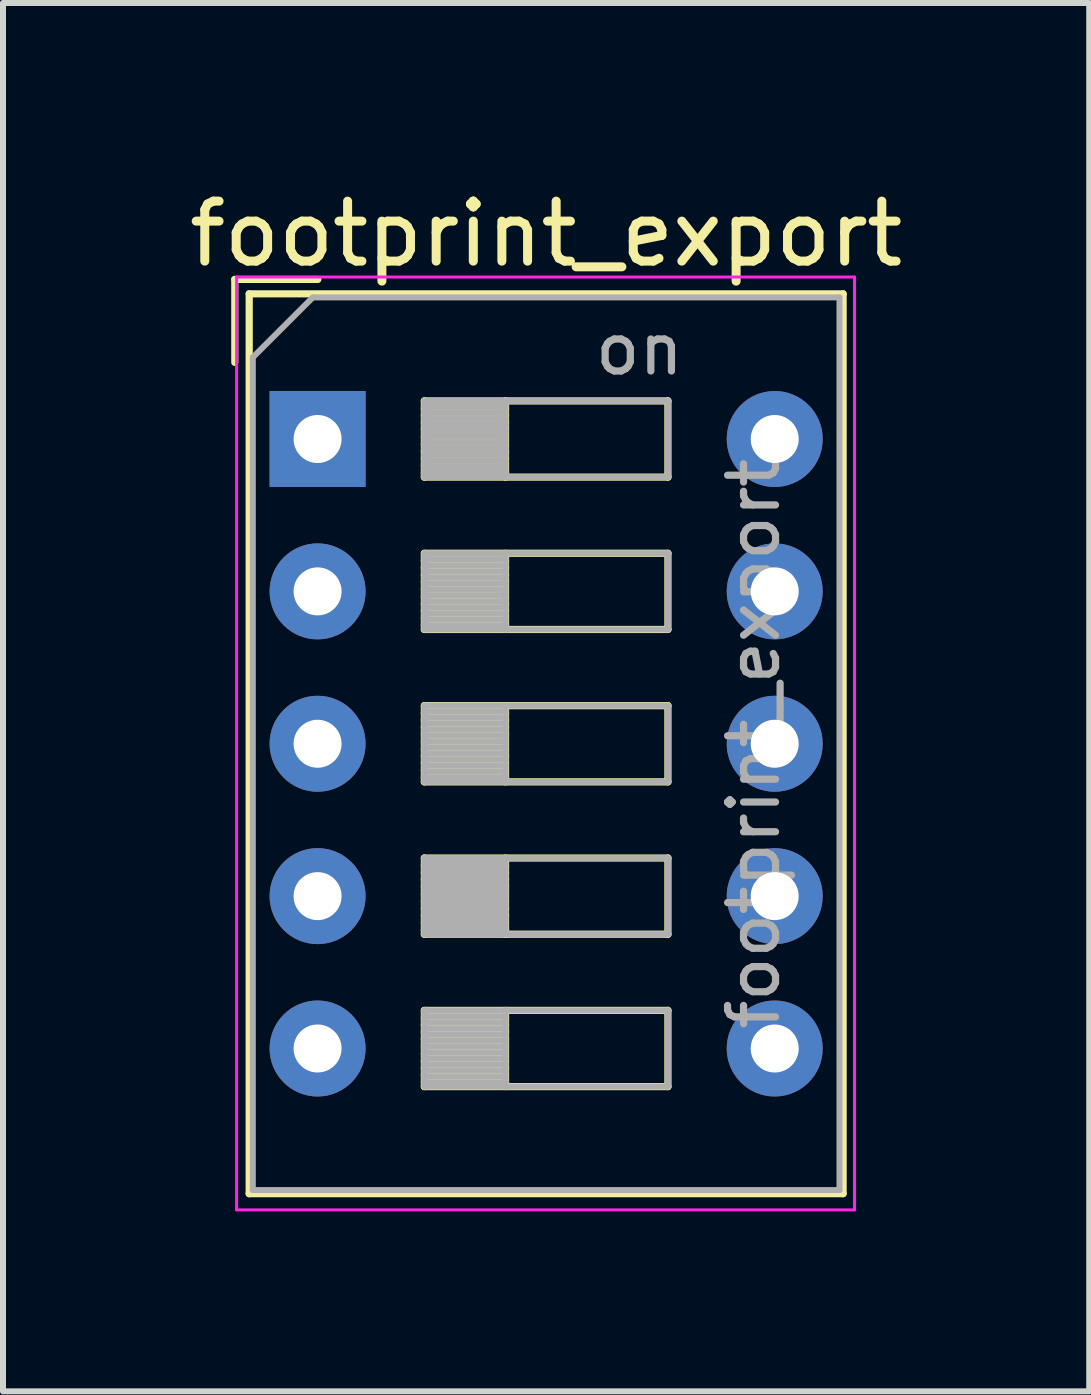
<source format=kicad_pcb>
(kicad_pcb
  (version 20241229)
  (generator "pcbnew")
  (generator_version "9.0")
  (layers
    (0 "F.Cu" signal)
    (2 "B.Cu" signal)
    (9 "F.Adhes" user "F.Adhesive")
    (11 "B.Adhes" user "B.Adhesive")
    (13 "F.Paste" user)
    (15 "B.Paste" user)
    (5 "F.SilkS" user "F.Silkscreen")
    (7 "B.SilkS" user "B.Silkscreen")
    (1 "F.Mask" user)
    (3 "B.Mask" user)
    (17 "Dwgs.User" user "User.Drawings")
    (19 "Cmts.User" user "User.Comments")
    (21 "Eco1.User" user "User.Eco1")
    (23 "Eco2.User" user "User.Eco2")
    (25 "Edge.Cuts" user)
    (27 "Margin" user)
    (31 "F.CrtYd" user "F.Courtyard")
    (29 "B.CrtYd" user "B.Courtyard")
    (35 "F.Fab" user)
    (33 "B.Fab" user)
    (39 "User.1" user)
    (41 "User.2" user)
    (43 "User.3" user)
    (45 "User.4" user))
  (footprint "footprint_export"
    (layer "F.Cu")
    (at 2.244 4.268)
    (property "Reference" "footprint_export" (at 3.81 -3.42 0) (layer "F.SilkS") (effects (font (size 1 1) (thickness 0.15))))
    (attr through_hole)
    (fp_line (start -1.38 -2.66) (end -1.38 -1.277) (stroke (width 0.12) (type solid)) (layer "F.SilkS"))
    (fp_line (start -1.38 -2.66) (end 0.004 -2.66) (stroke (width 0.12) (type solid)) (layer "F.SilkS"))
    (fp_line (start -1.14 -2.42) (end -1.14 12.58) (stroke (width 0.12) (type solid)) (layer "F.SilkS"))
    (fp_line (start -1.14 -2.42) (end 8.76 -2.42) (stroke (width 0.12) (type solid)) (layer "F.SilkS"))
    (fp_line (start -1.14 12.58) (end 8.76 12.58) (stroke (width 0.12) (type solid)) (layer "F.SilkS"))
    (fp_line (start 1.78 -0.635) (end 1.78 0.635) (stroke (width 0.12) (type solid)) (layer "F.SilkS"))
    (fp_line (start 1.78 -0.515) (end 3.133 -0.515) (stroke (width 0.12) (type solid)) (layer "F.SilkS"))
    (fp_line (start 1.78 -0.395) (end 3.133 -0.395) (stroke (width 0.12) (type solid)) (layer "F.SilkS"))
    (fp_line (start 1.78 -0.275) (end 3.133 -0.275) (stroke (width 0.12) (type solid)) (layer "F.SilkS"))
    (fp_line (start 1.78 -0.155) (end 3.133 -0.155) (stroke (width 0.12) (type solid)) (layer "F.SilkS"))
    (fp_line (start 1.78 -0.035) (end 3.133 -0.035) (stroke (width 0.12) (type solid)) (layer "F.SilkS"))
    (fp_line (start 1.78 0.085) (end 3.133 0.085) (stroke (width 0.12) (type solid)) (layer "F.SilkS"))
    (fp_line (start 1.78 0.205) (end 3.133 0.205) (stroke (width 0.12) (type solid)) (layer "F.SilkS"))
    (fp_line (start 1.78 0.325) (end 3.133 0.325) (stroke (width 0.12) (type solid)) (layer "F.SilkS"))
    (fp_line (start 1.78 0.445) (end 3.133 0.445) (stroke (width 0.12) (type solid)) (layer "F.SilkS"))
    (fp_line (start 1.78 0.565) (end 3.133 0.565) (stroke (width 0.12) (type solid)) (layer "F.SilkS"))
    (fp_line (start 1.78 0.635) (end 5.84 0.635) (stroke (width 0.12) (type solid)) (layer "F.SilkS"))
    (fp_line (start 1.78 1.905) (end 1.78 3.175) (stroke (width 0.12) (type solid)) (layer "F.SilkS"))
    (fp_line (start 1.78 2.025) (end 3.133 2.025) (stroke (width 0.12) (type solid)) (layer "F.SilkS"))
    (fp_line (start 1.78 2.145) (end 3.133 2.145) (stroke (width 0.12) (type solid)) (layer "F.SilkS"))
    (fp_line (start 1.78 2.265) (end 3.133 2.265) (stroke (width 0.12) (type solid)) (layer "F.SilkS"))
    (fp_line (start 1.78 2.385) (end 3.133 2.385) (stroke (width 0.12) (type solid)) (layer "F.SilkS"))
    (fp_line (start 1.78 2.505) (end 3.133 2.505) (stroke (width 0.12) (type solid)) (layer "F.SilkS"))
    (fp_line (start 1.78 2.625) (end 3.133 2.625) (stroke (width 0.12) (type solid)) (layer "F.SilkS"))
    (fp_line (start 1.78 2.745) (end 3.133 2.745) (stroke (width 0.12) (type solid)) (layer "F.SilkS"))
    (fp_line (start 1.78 2.865) (end 3.133 2.865) (stroke (width 0.12) (type solid)) (layer "F.SilkS"))
    (fp_line (start 1.78 2.985) (end 3.133 2.985) (stroke (width 0.12) (type solid)) (layer "F.SilkS"))
    (fp_line (start 1.78 3.105) (end 3.133 3.105) (stroke (width 0.12) (type solid)) (layer "F.SilkS"))
    (fp_line (start 1.78 3.175) (end 5.84 3.175) (stroke (width 0.12) (type solid)) (layer "F.SilkS"))
    (fp_line (start 1.78 4.445) (end 1.78 5.715) (stroke (width 0.12) (type solid)) (layer "F.SilkS"))
    (fp_line (start 1.78 4.565) (end 3.133 4.565) (stroke (width 0.12) (type solid)) (layer "F.SilkS"))
    (fp_line (start 1.78 4.685) (end 3.133 4.685) (stroke (width 0.12) (type solid)) (layer "F.SilkS"))
    (fp_line (start 1.78 4.805) (end 3.133 4.805) (stroke (width 0.12) (type solid)) (layer "F.SilkS"))
    (fp_line (start 1.78 4.925) (end 3.133 4.925) (stroke (width 0.12) (type solid)) (layer "F.SilkS"))
    (fp_line (start 1.78 5.045) (end 3.133 5.045) (stroke (width 0.12) (type solid)) (layer "F.SilkS"))
    (fp_line (start 1.78 5.165) (end 3.133 5.165) (stroke (width 0.12) (type solid)) (layer "F.SilkS"))
    (fp_line (start 1.78 5.285) (end 3.133 5.285) (stroke (width 0.12) (type solid)) (layer "F.SilkS"))
    (fp_line (start 1.78 5.405) (end 3.133 5.405) (stroke (width 0.12) (type solid)) (layer "F.SilkS"))
    (fp_line (start 1.78 5.525) (end 3.133 5.525) (stroke (width 0.12) (type solid)) (layer "F.SilkS"))
    (fp_line (start 1.78 5.645) (end 3.133 5.645) (stroke (width 0.12) (type solid)) (layer "F.SilkS"))
    (fp_line (start 1.78 5.715) (end 5.84 5.715) (stroke (width 0.12) (type solid)) (layer "F.SilkS"))
    (fp_line (start 1.78 6.985) (end 1.78 8.255) (stroke (width 0.12) (type solid)) (layer "F.SilkS"))
    (fp_line (start 1.78 7.105) (end 3.133 7.105) (stroke (width 0.12) (type solid)) (layer "F.SilkS"))
    (fp_line (start 1.78 7.225) (end 3.133 7.225) (stroke (width 0.12) (type solid)) (layer "F.SilkS"))
    (fp_line (start 1.78 7.345) (end 3.133 7.345) (stroke (width 0.12) (type solid)) (layer "F.SilkS"))
    (fp_line (start 1.78 7.465) (end 3.133 7.465) (stroke (width 0.12) (type solid)) (layer "F.SilkS"))
    (fp_line (start 1.78 7.585) (end 3.133 7.585) (stroke (width 0.12) (type solid)) (layer "F.SilkS"))
    (fp_line (start 1.78 7.705) (end 3.133 7.705) (stroke (width 0.12) (type solid)) (layer "F.SilkS"))
    (fp_line (start 1.78 7.825) (end 3.133 7.825) (stroke (width 0.12) (type solid)) (layer "F.SilkS"))
    (fp_line (start 1.78 7.945) (end 3.133 7.945) (stroke (width 0.12) (type solid)) (layer "F.SilkS"))
    (fp_line (start 1.78 8.065) (end 3.133 8.065) (stroke (width 0.12) (type solid)) (layer "F.SilkS"))
    (fp_line (start 1.78 8.185) (end 3.133 8.185) (stroke (width 0.12) (type solid)) (layer "F.SilkS"))
    (fp_line (start 1.78 8.255) (end 5.84 8.255) (stroke (width 0.12) (type solid)) (layer "F.SilkS"))
    (fp_line (start 1.78 9.525) (end 1.78 10.795) (stroke (width 0.12) (type solid)) (layer "F.SilkS"))
    (fp_line (start 1.78 9.645) (end 3.133 9.645) (stroke (width 0.12) (type solid)) (layer "F.SilkS"))
    (fp_line (start 1.78 9.765) (end 3.133 9.765) (stroke (width 0.12) (type solid)) (layer "F.SilkS"))
    (fp_line (start 1.78 9.885) (end 3.133 9.885) (stroke (width 0.12) (type solid)) (layer "F.SilkS"))
    (fp_line (start 1.78 10.005) (end 3.133 10.005) (stroke (width 0.12) (type solid)) (layer "F.SilkS"))
    (fp_line (start 1.78 10.125) (end 3.133 10.125) (stroke (width 0.12) (type solid)) (layer "F.SilkS"))
    (fp_line (start 1.78 10.245) (end 3.133 10.245) (stroke (width 0.12) (type solid)) (layer "F.SilkS"))
    (fp_line (start 1.78 10.365) (end 3.133 10.365) (stroke (width 0.12) (type solid)) (layer "F.SilkS"))
    (fp_line (start 1.78 10.485) (end 3.133 10.485) (stroke (width 0.12) (type solid)) (layer "F.SilkS"))
    (fp_line (start 1.78 10.605) (end 3.133 10.605) (stroke (width 0.12) (type solid)) (layer "F.SilkS"))
    (fp_line (start 1.78 10.725) (end 3.133 10.725) (stroke (width 0.12) (type solid)) (layer "F.SilkS"))
    (fp_line (start 1.78 10.795) (end 5.84 10.795) (stroke (width 0.12) (type solid)) (layer "F.SilkS"))
    (fp_line (start 3.133 -0.635) (end 3.133 0.635) (stroke (width 0.12) (type solid)) (layer "F.SilkS"))
    (fp_line (start 3.133 1.905) (end 3.133 3.175) (stroke (width 0.12) (type solid)) (layer "F.SilkS"))
    (fp_line (start 3.133 4.445) (end 3.133 5.715) (stroke (width 0.12) (type solid)) (layer "F.SilkS"))
    (fp_line (start 3.133 6.985) (end 3.133 8.255) (stroke (width 0.12) (type solid)) (layer "F.SilkS"))
    (fp_line (start 3.133 9.525) (end 3.133 10.795) (stroke (width 0.12) (type solid)) (layer "F.SilkS"))
    (fp_line (start 5.84 -0.635) (end 1.78 -0.635) (stroke (width 0.12) (type solid)) (layer "F.SilkS"))
    (fp_line (start 5.84 0.635) (end 5.84 -0.635) (stroke (width 0.12) (type solid)) (layer "F.SilkS"))
    (fp_line (start 5.84 1.905) (end 1.78 1.905) (stroke (width 0.12) (type solid)) (layer "F.SilkS"))
    (fp_line (start 5.84 3.175) (end 5.84 1.905) (stroke (width 0.12) (type solid)) (layer "F.SilkS"))
    (fp_line (start 5.84 4.445) (end 1.78 4.445) (stroke (width 0.12) (type solid)) (layer "F.SilkS"))
    (fp_line (start 5.84 5.715) (end 5.84 4.445) (stroke (width 0.12) (type solid)) (layer "F.SilkS"))
    (fp_line (start 5.84 6.985) (end 1.78 6.985) (stroke (width 0.12) (type solid)) (layer "F.SilkS"))
    (fp_line (start 5.84 8.255) (end 5.84 6.985) (stroke (width 0.12) (type solid)) (layer "F.SilkS"))
    (fp_line (start 5.84 9.525) (end 1.78 9.525) (stroke (width 0.12) (type solid)) (layer "F.SilkS"))
    (fp_line (start 5.84 10.795) (end 5.84 9.525) (stroke (width 0.12) (type solid)) (layer "F.SilkS"))
    (fp_line (start 8.76 -2.42) (end 8.76 12.58) (stroke (width 0.12) (type solid)) (layer "F.SilkS"))
    (fp_line (start -1.35 -2.7) (end -1.35 12.85) (stroke (width 0.05) (type solid)) (layer "F.CrtYd"))
    (fp_line (start -1.35 12.85) (end 8.95 12.85) (stroke (width 0.05) (type solid)) (layer "F.CrtYd"))
    (fp_line (start 8.95 -2.7) (end -1.35 -2.7) (stroke (width 0.05) (type solid)) (layer "F.CrtYd"))
    (fp_line (start 8.95 12.85) (end 8.95 -2.7) (stroke (width 0.05) (type solid)) (layer "F.CrtYd"))
    (fp_line (start -1.08 -1.36) (end -0.08 -2.36) (stroke (width 0.1) (type solid)) (layer "F.Fab"))
    (fp_line (start -1.08 12.52) (end -1.08 -1.36) (stroke (width 0.1) (type solid)) (layer "F.Fab"))
    (fp_line (start -0.08 -2.36) (end 8.7 -2.36) (stroke (width 0.1) (type solid)) (layer "F.Fab"))
    (fp_line (start 1.78 -0.635) (end 1.78 0.635) (stroke (width 0.1) (type solid)) (layer "F.Fab"))
    (fp_line (start 1.78 -0.535) (end 3.133 -0.535) (stroke (width 0.1) (type solid)) (layer "F.Fab"))
    (fp_line (start 1.78 -0.435) (end 3.133 -0.435) (stroke (width 0.1) (type solid)) (layer "F.Fab"))
    (fp_line (start 1.78 -0.335) (end 3.133 -0.335) (stroke (width 0.1) (type solid)) (layer "F.Fab"))
    (fp_line (start 1.78 -0.235) (end 3.133 -0.235) (stroke (width 0.1) (type solid)) (layer "F.Fab"))
    (fp_line (start 1.78 -0.135) (end 3.133 -0.135) (stroke (width 0.1) (type solid)) (layer "F.Fab"))
    (fp_line (start 1.78 -0.035) (end 3.133 -0.035) (stroke (width 0.1) (type solid)) (layer "F.Fab"))
    (fp_line (start 1.78 0.065) (end 3.133 0.065) (stroke (width 0.1) (type solid)) (layer "F.Fab"))
    (fp_line (start 1.78 0.165) (end 3.133 0.165) (stroke (width 0.1) (type solid)) (layer "F.Fab"))
    (fp_line (start 1.78 0.265) (end 3.133 0.265) (stroke (width 0.1) (type solid)) (layer "F.Fab"))
    (fp_line (start 1.78 0.365) (end 3.133 0.365) (stroke (width 0.1) (type solid)) (layer "F.Fab"))
    (fp_line (start 1.78 0.465) (end 3.133 0.465) (stroke (width 0.1) (type solid)) (layer "F.Fab"))
    (fp_line (start 1.78 0.565) (end 3.133 0.565) (stroke (width 0.1) (type solid)) (layer "F.Fab"))
    (fp_line (start 1.78 0.635) (end 5.84 0.635) (stroke (width 0.1) (type solid)) (layer "F.Fab"))
    (fp_line (start 1.78 1.905) (end 1.78 3.175) (stroke (width 0.1) (type solid)) (layer "F.Fab"))
    (fp_line (start 1.78 2.005) (end 3.133 2.005) (stroke (width 0.1) (type solid)) (layer "F.Fab"))
    (fp_line (start 1.78 2.105) (end 3.133 2.105) (stroke (width 0.1) (type solid)) (layer "F.Fab"))
    (fp_line (start 1.78 2.205) (end 3.133 2.205) (stroke (width 0.1) (type solid)) (layer "F.Fab"))
    (fp_line (start 1.78 2.305) (end 3.133 2.305) (stroke (width 0.1) (type solid)) (layer "F.Fab"))
    (fp_line (start 1.78 2.405) (end 3.133 2.405) (stroke (width 0.1) (type solid)) (layer "F.Fab"))
    (fp_line (start 1.78 2.505) (end 3.133 2.505) (stroke (width 0.1) (type solid)) (layer "F.Fab"))
    (fp_line (start 1.78 2.605) (end 3.133 2.605) (stroke (width 0.1) (type solid)) (layer "F.Fab"))
    (fp_line (start 1.78 2.705) (end 3.133 2.705) (stroke (width 0.1) (type solid)) (layer "F.Fab"))
    (fp_line (start 1.78 2.805) (end 3.133 2.805) (stroke (width 0.1) (type solid)) (layer "F.Fab"))
    (fp_line (start 1.78 2.905) (end 3.133 2.905) (stroke (width 0.1) (type solid)) (layer "F.Fab"))
    (fp_line (start 1.78 3.005) (end 3.133 3.005) (stroke (width 0.1) (type solid)) (layer "F.Fab"))
    (fp_line (start 1.78 3.105) (end 3.133 3.105) (stroke (width 0.1) (type solid)) (layer "F.Fab"))
    (fp_line (start 1.78 3.175) (end 5.84 3.175) (stroke (width 0.1) (type solid)) (layer "F.Fab"))
    (fp_line (start 1.78 4.445) (end 1.78 5.715) (stroke (width 0.1) (type solid)) (layer "F.Fab"))
    (fp_line (start 1.78 4.545) (end 3.133 4.545) (stroke (width 0.1) (type solid)) (layer "F.Fab"))
    (fp_line (start 1.78 4.645) (end 3.133 4.645) (stroke (width 0.1) (type solid)) (layer "F.Fab"))
    (fp_line (start 1.78 4.745) (end 3.133 4.745) (stroke (width 0.1) (type solid)) (layer "F.Fab"))
    (fp_line (start 1.78 4.845) (end 3.133 4.845) (stroke (width 0.1) (type solid)) (layer "F.Fab"))
    (fp_line (start 1.78 4.945) (end 3.133 4.945) (stroke (width 0.1) (type solid)) (layer "F.Fab"))
    (fp_line (start 1.78 5.045) (end 3.133 5.045) (stroke (width 0.1) (type solid)) (layer "F.Fab"))
    (fp_line (start 1.78 5.145) (end 3.133 5.145) (stroke (width 0.1) (type solid)) (layer "F.Fab"))
    (fp_line (start 1.78 5.245) (end 3.133 5.245) (stroke (width 0.1) (type solid)) (layer "F.Fab"))
    (fp_line (start 1.78 5.345) (end 3.133 5.345) (stroke (width 0.1) (type solid)) (layer "F.Fab"))
    (fp_line (start 1.78 5.445) (end 3.133 5.445) (stroke (width 0.1) (type solid)) (layer "F.Fab"))
    (fp_line (start 1.78 5.545) (end 3.133 5.545) (stroke (width 0.1) (type solid)) (layer "F.Fab"))
    (fp_line (start 1.78 5.645) (end 3.133 5.645) (stroke (width 0.1) (type solid)) (layer "F.Fab"))
    (fp_line (start 1.78 5.715) (end 5.84 5.715) (stroke (width 0.1) (type solid)) (layer "F.Fab"))
    (fp_line (start 1.78 6.985) (end 1.78 8.255) (stroke (width 0.1) (type solid)) (layer "F.Fab"))
    (fp_line (start 1.78 7.085) (end 3.133 7.085) (stroke (width 0.1) (type solid)) (layer "F.Fab"))
    (fp_line (start 1.78 7.185) (end 3.133 7.185) (stroke (width 0.1) (type solid)) (layer "F.Fab"))
    (fp_line (start 1.78 7.285) (end 3.133 7.285) (stroke (width 0.1) (type solid)) (layer "F.Fab"))
    (fp_line (start 1.78 7.385) (end 3.133 7.385) (stroke (width 0.1) (type solid)) (layer "F.Fab"))
    (fp_line (start 1.78 7.485) (end 3.133 7.485) (stroke (width 0.1) (type solid)) (layer "F.Fab"))
    (fp_line (start 1.78 7.585) (end 3.133 7.585) (stroke (width 0.1) (type solid)) (layer "F.Fab"))
    (fp_line (start 1.78 7.685) (end 3.133 7.685) (stroke (width 0.1) (type solid)) (layer "F.Fab"))
    (fp_line (start 1.78 7.785) (end 3.133 7.785) (stroke (width 0.1) (type solid)) (layer "F.Fab"))
    (fp_line (start 1.78 7.885) (end 3.133 7.885) (stroke (width 0.1) (type solid)) (layer "F.Fab"))
    (fp_line (start 1.78 7.985) (end 3.133 7.985) (stroke (width 0.1) (type solid)) (layer "F.Fab"))
    (fp_line (start 1.78 8.085) (end 3.133 8.085) (stroke (width 0.1) (type solid)) (layer "F.Fab"))
    (fp_line (start 1.78 8.185) (end 3.133 8.185) (stroke (width 0.1) (type solid)) (layer "F.Fab"))
    (fp_line (start 1.78 8.255) (end 5.84 8.255) (stroke (width 0.1) (type solid)) (layer "F.Fab"))
    (fp_line (start 1.78 9.525) (end 1.78 10.795) (stroke (width 0.1) (type solid)) (layer "F.Fab"))
    (fp_line (start 1.78 9.625) (end 3.133 9.625) (stroke (width 0.1) (type solid)) (layer "F.Fab"))
    (fp_line (start 1.78 9.725) (end 3.133 9.725) (stroke (width 0.1) (type solid)) (layer "F.Fab"))
    (fp_line (start 1.78 9.825) (end 3.133 9.825) (stroke (width 0.1) (type solid)) (layer "F.Fab"))
    (fp_line (start 1.78 9.925) (end 3.133 9.925) (stroke (width 0.1) (type solid)) (layer "F.Fab"))
    (fp_line (start 1.78 10.025) (end 3.133 10.025) (stroke (width 0.1) (type solid)) (layer "F.Fab"))
    (fp_line (start 1.78 10.125) (end 3.133 10.125) (stroke (width 0.1) (type solid)) (layer "F.Fab"))
    (fp_line (start 1.78 10.225) (end 3.133 10.225) (stroke (width 0.1) (type solid)) (layer "F.Fab"))
    (fp_line (start 1.78 10.325) (end 3.133 10.325) (stroke (width 0.1) (type solid)) (layer "F.Fab"))
    (fp_line (start 1.78 10.425) (end 3.133 10.425) (stroke (width 0.1) (type solid)) (layer "F.Fab"))
    (fp_line (start 1.78 10.525) (end 3.133 10.525) (stroke (width 0.1) (type solid)) (layer "F.Fab"))
    (fp_line (start 1.78 10.625) (end 3.133 10.625) (stroke (width 0.1) (type solid)) (layer "F.Fab"))
    (fp_line (start 1.78 10.725) (end 3.133 10.725) (stroke (width 0.1) (type solid)) (layer "F.Fab"))
    (fp_line (start 1.78 10.795) (end 5.84 10.795) (stroke (width 0.1) (type solid)) (layer "F.Fab"))
    (fp_line (start 3.133 -0.635) (end 3.133 0.635) (stroke (width 0.1) (type solid)) (layer "F.Fab"))
    (fp_line (start 3.133 1.905) (end 3.133 3.175) (stroke (width 0.1) (type solid)) (layer "F.Fab"))
    (fp_line (start 3.133 4.445) (end 3.133 5.715) (stroke (width 0.1) (type solid)) (layer "F.Fab"))
    (fp_line (start 3.133 6.985) (end 3.133 8.255) (stroke (width 0.1) (type solid)) (layer "F.Fab"))
    (fp_line (start 3.133 9.525) (end 3.133 10.795) (stroke (width 0.1) (type solid)) (layer "F.Fab"))
    (fp_line (start 5.84 -0.635) (end 1.78 -0.635) (stroke (width 0.1) (type solid)) (layer "F.Fab"))
    (fp_line (start 5.84 0.635) (end 5.84 -0.635) (stroke (width 0.1) (type solid)) (layer "F.Fab"))
    (fp_line (start 5.84 1.905) (end 1.78 1.905) (stroke (width 0.1) (type solid)) (layer "F.Fab"))
    (fp_line (start 5.84 3.175) (end 5.84 1.905) (stroke (width 0.1) (type solid)) (layer "F.Fab"))
    (fp_line (start 5.84 4.445) (end 1.78 4.445) (stroke (width 0.1) (type solid)) (layer "F.Fab"))
    (fp_line (start 5.84 5.715) (end 5.84 4.445) (stroke (width 0.1) (type solid)) (layer "F.Fab"))
    (fp_line (start 5.84 6.985) (end 1.78 6.985) (stroke (width 0.1) (type solid)) (layer "F.Fab"))
    (fp_line (start 5.84 8.255) (end 5.84 6.985) (stroke (width 0.1) (type solid)) (layer "F.Fab"))
    (fp_line (start 5.84 9.525) (end 1.78 9.525) (stroke (width 0.1) (type solid)) (layer "F.Fab"))
    (fp_line (start 5.84 10.795) (end 5.84 9.525) (stroke (width 0.1) (type solid)) (layer "F.Fab"))
    (fp_line (start 8.7 -2.36) (end 8.7 12.52) (stroke (width 0.1) (type solid)) (layer "F.Fab"))
    (fp_line (start 8.7 12.52) (end -1.08 12.52) (stroke (width 0.1) (type solid)) (layer "F.Fab"))
    (fp_text user "on" (at 5.365 -1.498 0) (layer "F.Fab") (effects (font (size 0.8 0.8) (thickness 0.12))))
    (fp_text user "${REFERENCE}" (at 7.27 5.08 90) (layer "F.Fab") (effects (font (size 0.8 0.8) (thickness 0.12))))
    (pad "1" thru_hole rect (at 0 0) (size 1.6 1.6) (drill 0.8) (layers "*.Cu" "*.Mask"))
    (pad "2" thru_hole oval (at 0 2.54) (size 1.6 1.6) (drill 0.8) (layers "*.Cu" "*.Mask"))
    (pad "3" thru_hole oval (at 0 5.08) (size 1.6 1.6) (drill 0.8) (layers "*.Cu" "*.Mask"))
    (pad "4" thru_hole oval (at 0 7.62) (size 1.6 1.6) (drill 0.8) (layers "*.Cu" "*.Mask"))
    (pad "5" thru_hole oval (at 0 10.16) (size 1.6 1.6) (drill 0.8) (layers "*.Cu" "*.Mask"))
    (pad "6" thru_hole oval (at 7.62 10.16) (size 1.6 1.6) (drill 0.8) (layers "*.Cu" "*.Mask"))
    (pad "7" thru_hole oval (at 7.62 7.62) (size 1.6 1.6) (drill 0.8) (layers "*.Cu" "*.Mask"))
    (pad "8" thru_hole oval (at 7.62 5.08) (size 1.6 1.6) (drill 0.8) (layers "*.Cu" "*.Mask"))
    (pad "9" thru_hole oval (at 7.62 2.54) (size 1.6 1.6) (drill 0.8) (layers "*.Cu" "*.Mask"))
    (pad "10" thru_hole oval (at 7.62 0) (size 1.6 1.6) (drill 0.8) (layers "*.Cu" "*.Mask")))
  (gr_rect
    (start -3 -3)
    (end 15.107 20.143)
    (stroke (width 0.1) (type default))
    (fill no)
    (layer "Edge.Cuts")))
</source>
